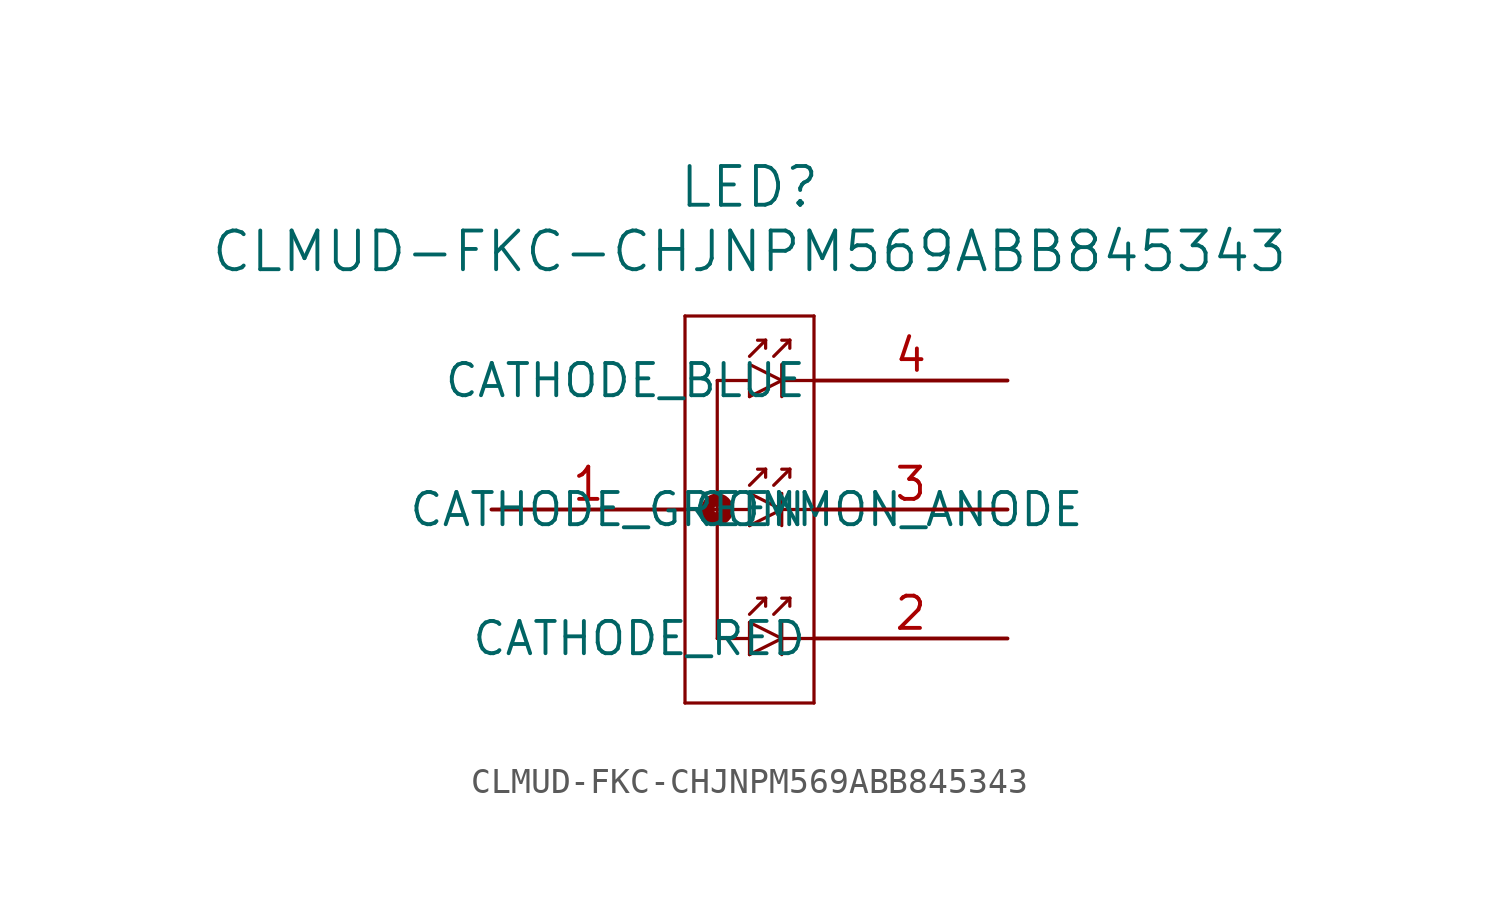
<source format=kicad_sym>
(kicad_symbol_lib
  (version 20241209)
  (generator "kicad_symbol_editor")
  (generator_version "9.0")
  (symbol "CLMUD-FKC-CHJNPM569ABB845343"
    (pin_names
      (offset 0.254))
    (property "Reference" "LED"
      (at 10.16 12.7 0)
      (effects (font (size 1.524 1.524))))
    (property "Value" "CLMUD-FKC-CHJNPM569ABB845343"
      (at 10.16 10.16 0)
      (effects (font (size 1.524 1.524))))
    (property "ki_locked" ""
      (at 0 0 0)
      (effects (font (size 1.27 1.27))))
    (symbol "CLMUD-FKC-CHJNPM569ABB845343_0_1"
      (polyline (pts (xy 7.62 7.62) (xy 7.62 -7.62)) (stroke (width 0.127) (type default)) (fill (type none)))
      (polyline (pts (xy 7.62 0) (xy 10.16 0)) (stroke (width 0.127) (type default)) (fill (type none)))
      (polyline (pts (xy 7.62 -7.62) (xy 12.7 -7.62)) (stroke (width 0.127) (type default)) (fill (type none)))
      (polyline (pts (xy 8.89 5.08) (xy 8.89 -5.08)) (stroke (width 0.127) (type default)) (fill (type none)))
      (polyline (pts (xy 8.89 5.08) (xy 10.16 5.08)) (stroke (width 0.127) (type default)) (fill (type none)))
      (circle (center 8.89 0) (radius 0.127) (stroke (width 0.508) (type default)) (fill (type none)))
      (polyline (pts (xy 8.89 -5.08) (xy 10.16 -5.08)) (stroke (width 0.127) (type default)) (fill (type none)))
      (polyline (pts (xy 10.16 6.032) (xy 10.795 6.668)) (stroke (width 0.127) (type default)) (fill (type none)))
      (polyline (pts (xy 10.16 5.715) (xy 10.16 4.445)) (stroke (width 0.127) (type default)) (fill (type none)))
      (polyline (pts (xy 10.16 4.445) (xy 11.43 5.08)) (stroke (width 0.127) (type default)) (fill (type none)))
      (polyline (pts (xy 10.16 0.953) (xy 10.795 1.587)) (stroke (width 0.127) (type default)) (fill (type none)))
      (polyline (pts (xy 10.16 0.635) (xy 10.16 -0.635)) (stroke (width 0.127) (type default)) (fill (type none)))
      (polyline (pts (xy 10.16 -0.635) (xy 11.43 0)) (stroke (width 0.127) (type default)) (fill (type none)))
      (polyline (pts (xy 10.16 -4.128) (xy 10.795 -3.493)) (stroke (width 0.127) (type default)) (fill (type none)))
      (polyline (pts (xy 10.16 -4.445) (xy 10.16 -5.715)) (stroke (width 0.127) (type default)) (fill (type none)))
      (polyline (pts (xy 10.16 -5.715) (xy 11.43 -5.08)) (stroke (width 0.127) (type default)) (fill (type none)))
      (polyline (pts (xy 10.795 6.668) (xy 10.477 6.668)) (stroke (width 0.127) (type default)) (fill (type none)))
      (polyline (pts (xy 10.795 6.668) (xy 10.795 6.35)) (stroke (width 0.127) (type default)) (fill (type none)))
      (polyline (pts (xy 10.795 1.587) (xy 10.477 1.587)) (stroke (width 0.127) (type default)) (fill (type none)))
      (polyline (pts (xy 10.795 1.587) (xy 10.795 1.27)) (stroke (width 0.127) (type default)) (fill (type none)))
      (polyline (pts (xy 10.795 -3.493) (xy 10.477 -3.493)) (stroke (width 0.127) (type default)) (fill (type none)))
      (polyline (pts (xy 10.795 -3.493) (xy 10.795 -3.81)) (stroke (width 0.127) (type default)) (fill (type none)))
      (polyline (pts (xy 11.113 6.032) (xy 11.748 6.668)) (stroke (width 0.127) (type default)) (fill (type none)))
      (polyline (pts (xy 11.113 0.953) (xy 11.748 1.587)) (stroke (width 0.127) (type default)) (fill (type none)))
      (polyline (pts (xy 11.113 -4.128) (xy 11.748 -3.493)) (stroke (width 0.127) (type default)) (fill (type none)))
      (polyline (pts (xy 11.43 5.715) (xy 11.43 4.445)) (stroke (width 0.127) (type default)) (fill (type none)))
      (polyline (pts (xy 11.43 5.08) (xy 10.16 5.715)) (stroke (width 0.127) (type default)) (fill (type none)))
      (polyline (pts (xy 11.43 5.08) (xy 12.7 5.08)) (stroke (width 0.127) (type default)) (fill (type none)))
      (polyline (pts (xy 11.43 0.635) (xy 11.43 -0.635)) (stroke (width 0.127) (type default)) (fill (type none)))
      (polyline (pts (xy 11.43 0) (xy 10.16 0.635)) (stroke (width 0.127) (type default)) (fill (type none)))
      (polyline (pts (xy 11.43 0) (xy 12.7 0)) (stroke (width 0.127) (type default)) (fill (type none)))
      (polyline (pts (xy 11.43 -4.445) (xy 11.43 -5.715)) (stroke (width 0.127) (type default)) (fill (type none)))
      (polyline (pts (xy 11.43 -5.08) (xy 10.16 -4.445)) (stroke (width 0.127) (type default)) (fill (type none)))
      (polyline (pts (xy 11.43 -5.08) (xy 12.7 -5.08)) (stroke (width 0.127) (type default)) (fill (type none)))
      (polyline (pts (xy 11.748 6.668) (xy 11.43 6.668)) (stroke (width 0.127) (type default)) (fill (type none)))
      (polyline (pts (xy 11.748 6.668) (xy 11.748 6.35)) (stroke (width 0.127) (type default)) (fill (type none)))
      (polyline (pts (xy 11.748 1.587) (xy 11.43 1.587)) (stroke (width 0.127) (type default)) (fill (type none)))
      (polyline (pts (xy 11.748 1.587) (xy 11.748 1.27)) (stroke (width 0.127) (type default)) (fill (type none)))
      (polyline (pts (xy 11.748 -3.493) (xy 11.43 -3.493)) (stroke (width 0.127) (type default)) (fill (type none)))
      (polyline (pts (xy 11.748 -3.493) (xy 11.748 -3.81)) (stroke (width 0.127) (type default)) (fill (type none)))
      (polyline (pts (xy 12.7 7.62) (xy 7.62 7.62)) (stroke (width 0.127) (type default)) (fill (type none)))
      (polyline (pts (xy 12.7 -7.62) (xy 12.7 7.62)) (stroke (width 0.127) (type default)) (fill (type none)))
      (pin unspecified line (at 0 0 0) (length 7.62) (name "COMMON_ANODE" (effects (font (size 1.27 1.27)))) (number "1" (effects (font (size 1.27 1.27)))))
      (pin unspecified line (at 20.32 5.08 180) (length 7.62) (name "CATHODE_BLUE" (effects (font (size 1.27 1.27)))) (number "4" (effects (font (size 1.27 1.27)))))
      (pin unspecified line (at 20.32 0 180) (length 7.62) (name "CATHODE_GREEN" (effects (font (size 1.27 1.27)))) (number "3" (effects (font (size 1.27 1.27)))))
      (pin unspecified line (at 20.32 -5.08 180) (length 7.62) (name "CATHODE_RED" (effects (font (size 1.27 1.27)))) (number "2" (effects (font (size 1.27 1.27))))))))
</source>
